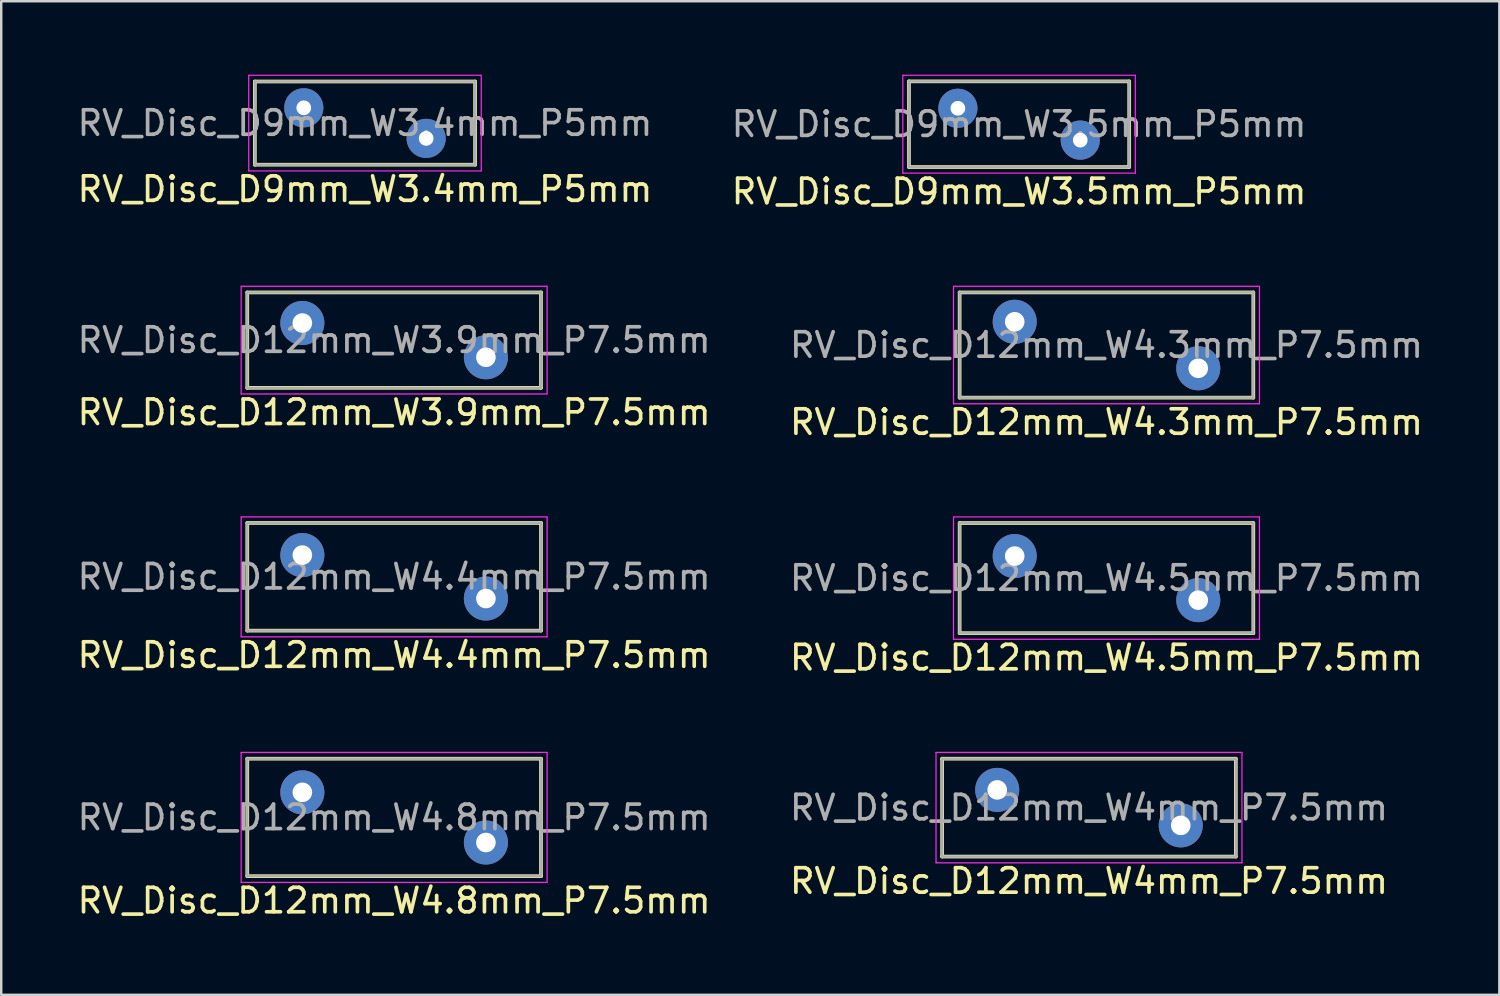
<source format=kicad_pcb>
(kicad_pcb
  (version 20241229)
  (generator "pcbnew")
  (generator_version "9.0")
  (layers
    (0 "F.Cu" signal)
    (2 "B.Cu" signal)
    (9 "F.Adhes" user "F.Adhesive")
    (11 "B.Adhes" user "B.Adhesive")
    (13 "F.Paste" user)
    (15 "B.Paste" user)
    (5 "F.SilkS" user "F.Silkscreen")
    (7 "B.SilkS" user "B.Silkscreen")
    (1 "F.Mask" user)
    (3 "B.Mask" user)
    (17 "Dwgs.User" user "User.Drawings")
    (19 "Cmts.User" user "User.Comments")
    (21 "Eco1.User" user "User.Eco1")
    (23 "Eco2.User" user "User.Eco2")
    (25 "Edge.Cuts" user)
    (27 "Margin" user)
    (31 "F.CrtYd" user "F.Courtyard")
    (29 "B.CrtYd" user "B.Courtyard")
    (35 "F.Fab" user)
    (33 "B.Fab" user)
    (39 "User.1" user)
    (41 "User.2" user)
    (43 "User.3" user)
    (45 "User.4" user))
  (footprint "RV_Disc_D12mm_W4.5mm_P7.5mm"
    (layer "F.Cu")
    (at 38.411 19.672)
    (property "Reference" "RV_Disc_D12mm_W4.5mm_P7.5mm" (at 3.75 4.15 0) (layer "F.SilkS") (effects (font (size 1 1) (thickness 0.15))))
    (attr through_hole)
    (fp_line (start -2.25 -1.35) (end -2.25 3.15) (stroke (width 0.15) (type solid)) (layer "F.SilkS"))
    (fp_line (start -2.25 -1.35) (end 9.75 -1.35) (stroke (width 0.15) (type solid)) (layer "F.SilkS"))
    (fp_line (start -2.25 3.15) (end 9.75 3.15) (stroke (width 0.15) (type solid)) (layer "F.SilkS"))
    (fp_line (start 9.75 -1.35) (end 9.75 3.15) (stroke (width 0.15) (type solid)) (layer "F.SilkS"))
    (fp_line (start -2.5 -1.6) (end -2.5 3.4) (stroke (width 0.05) (type solid)) (layer "F.CrtYd"))
    (fp_line (start -2.5 -1.6) (end 10 -1.6) (stroke (width 0.05) (type solid)) (layer "F.CrtYd"))
    (fp_line (start -2.5 3.4) (end 10 3.4) (stroke (width 0.05) (type solid)) (layer "F.CrtYd"))
    (fp_line (start 10 -1.6) (end 10 3.4) (stroke (width 0.05) (type solid)) (layer "F.CrtYd"))
    (fp_line (start -2.25 -1.35) (end -2.25 3.15) (stroke (width 0.1) (type solid)) (layer "F.Fab"))
    (fp_line (start -2.25 -1.35) (end 9.75 -1.35) (stroke (width 0.1) (type solid)) (layer "F.Fab"))
    (fp_line (start -2.25 3.15) (end 9.75 3.15) (stroke (width 0.1) (type solid)) (layer "F.Fab"))
    (fp_line (start 9.75 -1.35) (end 9.75 3.15) (stroke (width 0.1) (type solid)) (layer "F.Fab"))
    (fp_text user "${REFERENCE}" (at 3.75 0.9 0) (layer "F.Fab") (effects (font (size 1 1) (thickness 0.15))))
    (pad "1" thru_hole circle (at 0 0) (size 1.8 1.8) (drill 0.8) (layers "*.Cu" "*.Mask"))
    (pad "2" thru_hole circle (at 7.5 1.8) (size 1.8 1.8) (drill 0.8) (layers "*.Cu" "*.Mask")))
  (footprint "RV_Disc_D12mm_W4mm_P7.5mm"
    (layer "F.Cu")
    (at 37.696 29.225)
    (property "Reference" "RV_Disc_D12mm_W4mm_P7.5mm" (at 3.75 3.725 0) (layer "F.SilkS") (effects (font (size 1 1) (thickness 0.15))))
    (attr through_hole)
    (fp_line (start -2.25 -1.275) (end -2.25 2.725) (stroke (width 0.15) (type solid)) (layer "F.SilkS"))
    (fp_line (start -2.25 -1.275) (end 9.75 -1.275) (stroke (width 0.15) (type solid)) (layer "F.SilkS"))
    (fp_line (start -2.25 2.725) (end 9.75 2.725) (stroke (width 0.15) (type solid)) (layer "F.SilkS"))
    (fp_line (start 9.75 -1.275) (end 9.75 2.725) (stroke (width 0.15) (type solid)) (layer "F.SilkS"))
    (fp_line (start -2.5 -1.53) (end -2.5 2.98) (stroke (width 0.05) (type solid)) (layer "F.CrtYd"))
    (fp_line (start -2.5 -1.53) (end 10 -1.53) (stroke (width 0.05) (type solid)) (layer "F.CrtYd"))
    (fp_line (start -2.5 2.98) (end 10 2.98) (stroke (width 0.05) (type solid)) (layer "F.CrtYd"))
    (fp_line (start 10 -1.53) (end 10 2.98) (stroke (width 0.05) (type solid)) (layer "F.CrtYd"))
    (fp_line (start -2.25 -1.275) (end -2.25 2.725) (stroke (width 0.1) (type solid)) (layer "F.Fab"))
    (fp_line (start -2.25 -1.275) (end 9.75 -1.275) (stroke (width 0.1) (type solid)) (layer "F.Fab"))
    (fp_line (start -2.25 2.725) (end 9.75 2.725) (stroke (width 0.1) (type solid)) (layer "F.Fab"))
    (fp_line (start 9.75 -1.275) (end 9.75 2.725) (stroke (width 0.1) (type solid)) (layer "F.Fab"))
    (fp_text user "${REFERENCE}" (at 3.75 0.725 0) (layer "F.Fab") (effects (font (size 1 1) (thickness 0.15))))
    (pad "1" thru_hole circle (at 0 0) (size 1.8 1.8) (drill 0.8) (layers "*.Cu" "*.Mask"))
    (pad "2" thru_hole circle (at 7.5 1.45) (size 1.8 1.8) (drill 0.8) (layers "*.Cu" "*.Mask")))
  (footprint "RV_Disc_D9mm_W3.4mm_P5mm"
    (layer "F.Cu")
    (at 9.363 1.355)
    (property "Reference" "RV_Disc_D9mm_W3.4mm_P5mm" (at 2.5 3.325 0) (layer "F.SilkS") (effects (font (size 1 1) (thickness 0.15))))
    (attr through_hole)
    (fp_line (start -2 -1.075) (end -2 2.325) (stroke (width 0.15) (type solid)) (layer "F.SilkS"))
    (fp_line (start -2 -1.075) (end 7 -1.075) (stroke (width 0.15) (type solid)) (layer "F.SilkS"))
    (fp_line (start -2 2.325) (end 7 2.325) (stroke (width 0.15) (type solid)) (layer "F.SilkS"))
    (fp_line (start 7 -1.075) (end 7 2.325) (stroke (width 0.15) (type solid)) (layer "F.SilkS"))
    (fp_line (start -2.25 -1.33) (end -2.25 2.58) (stroke (width 0.05) (type solid)) (layer "F.CrtYd"))
    (fp_line (start -2.25 -1.33) (end 7.25 -1.33) (stroke (width 0.05) (type solid)) (layer "F.CrtYd"))
    (fp_line (start -2.25 2.58) (end 7.25 2.58) (stroke (width 0.05) (type solid)) (layer "F.CrtYd"))
    (fp_line (start 7.25 -1.33) (end 7.25 2.58) (stroke (width 0.05) (type solid)) (layer "F.CrtYd"))
    (fp_line (start -2 -1.075) (end -2 2.325) (stroke (width 0.1) (type solid)) (layer "F.Fab"))
    (fp_line (start -2 -1.075) (end 7 -1.075) (stroke (width 0.1) (type solid)) (layer "F.Fab"))
    (fp_line (start -2 2.325) (end 7 2.325) (stroke (width 0.1) (type solid)) (layer "F.Fab"))
    (fp_line (start 7 -1.075) (end 7 2.325) (stroke (width 0.1) (type solid)) (layer "F.Fab"))
    (fp_text user "${REFERENCE}" (at 2.5 0.625 0) (layer "F.Fab") (effects (font (size 1 1) (thickness 0.15))))
    (pad "1" thru_hole circle (at 0 0) (size 1.6 1.6) (drill 0.6) (layers "*.Cu" "*.Mask"))
    (pad "2" thru_hole circle (at 5 1.25) (size 1.6 1.6) (drill 0.6) (layers "*.Cu" "*.Mask")))
  (footprint "RV_Disc_D12mm_W4.4mm_P7.5mm"
    (layer "F.Cu")
    (at 9.304 19.631)
    (property "Reference" "RV_Disc_D12mm_W4.4mm_P7.5mm" (at 3.75 4.088 0) (layer "F.SilkS") (effects (font (size 1 1) (thickness 0.15))))
    (attr through_hole)
    (fp_line (start -2.25 -1.312) (end -2.25 3.087) (stroke (width 0.15) (type solid)) (layer "F.SilkS"))
    (fp_line (start -2.25 -1.312) (end 9.75 -1.312) (stroke (width 0.15) (type solid)) (layer "F.SilkS"))
    (fp_line (start -2.25 3.087) (end 9.75 3.087) (stroke (width 0.15) (type solid)) (layer "F.SilkS"))
    (fp_line (start 9.75 -1.312) (end 9.75 3.087) (stroke (width 0.15) (type solid)) (layer "F.SilkS"))
    (fp_line (start -2.5 -1.56) (end -2.5 3.34) (stroke (width 0.05) (type solid)) (layer "F.CrtYd"))
    (fp_line (start -2.5 -1.56) (end 10 -1.56) (stroke (width 0.05) (type solid)) (layer "F.CrtYd"))
    (fp_line (start -2.5 3.34) (end 10 3.34) (stroke (width 0.05) (type solid)) (layer "F.CrtYd"))
    (fp_line (start 10 -1.56) (end 10 3.34) (stroke (width 0.05) (type solid)) (layer "F.CrtYd"))
    (fp_line (start -2.25 -1.312) (end -2.25 3.087) (stroke (width 0.1) (type solid)) (layer "F.Fab"))
    (fp_line (start -2.25 -1.312) (end 9.75 -1.312) (stroke (width 0.1) (type solid)) (layer "F.Fab"))
    (fp_line (start -2.25 3.087) (end 9.75 3.087) (stroke (width 0.1) (type solid)) (layer "F.Fab"))
    (fp_line (start 9.75 -1.312) (end 9.75 3.087) (stroke (width 0.1) (type solid)) (layer "F.Fab"))
    (fp_text user "${REFERENCE}" (at 3.75 0.887 0) (layer "F.Fab") (effects (font (size 1 1) (thickness 0.15))))
    (pad "1" thru_hole circle (at 0 0) (size 1.8 1.8) (drill 0.8) (layers "*.Cu" "*.Mask"))
    (pad "2" thru_hole circle (at 7.5 1.775) (size 1.8 1.8) (drill 0.8) (layers "*.Cu" "*.Mask")))
  (footprint "RV_Disc_D12mm_W3.9mm_P7.5mm"
    (layer "F.Cu")
    (at 9.304 10.148)
    (property "Reference" "RV_Disc_D12mm_W3.9mm_P7.5mm" (at 3.75 3.65 0) (layer "F.SilkS") (effects (font (size 1 1) (thickness 0.15))))
    (attr through_hole)
    (fp_line (start -2.25 -1.25) (end -2.25 2.65) (stroke (width 0.15) (type solid)) (layer "F.SilkS"))
    (fp_line (start -2.25 -1.25) (end 9.75 -1.25) (stroke (width 0.15) (type solid)) (layer "F.SilkS"))
    (fp_line (start -2.25 2.65) (end 9.75 2.65) (stroke (width 0.15) (type solid)) (layer "F.SilkS"))
    (fp_line (start 9.75 -1.25) (end 9.75 2.65) (stroke (width 0.15) (type solid)) (layer "F.SilkS"))
    (fp_line (start -2.5 -1.5) (end -2.5 2.9) (stroke (width 0.05) (type solid)) (layer "F.CrtYd"))
    (fp_line (start -2.5 -1.5) (end 10 -1.5) (stroke (width 0.05) (type solid)) (layer "F.CrtYd"))
    (fp_line (start -2.5 2.9) (end 10 2.9) (stroke (width 0.05) (type solid)) (layer "F.CrtYd"))
    (fp_line (start 10 -1.5) (end 10 2.9) (stroke (width 0.05) (type solid)) (layer "F.CrtYd"))
    (fp_line (start -2.25 -1.25) (end -2.25 2.65) (stroke (width 0.1) (type solid)) (layer "F.Fab"))
    (fp_line (start -2.25 -1.25) (end 9.75 -1.25) (stroke (width 0.1) (type solid)) (layer "F.Fab"))
    (fp_line (start -2.25 2.65) (end 9.75 2.65) (stroke (width 0.1) (type solid)) (layer "F.Fab"))
    (fp_line (start 9.75 -1.25) (end 9.75 2.65) (stroke (width 0.1) (type solid)) (layer "F.Fab"))
    (fp_text user "${REFERENCE}" (at 3.75 0.7 0) (layer "F.Fab") (effects (font (size 1 1) (thickness 0.15))))
    (pad "1" thru_hole circle (at 0 0) (size 1.8 1.8) (drill 0.8) (layers "*.Cu" "*.Mask"))
    (pad "2" thru_hole circle (at 7.5 1.4) (size 1.8 1.8) (drill 0.8) (layers "*.Cu" "*.Mask")))
  (footprint "RV_Disc_D9mm_W3.5mm_P5mm"
    (layer "F.Cu")
    (at 36.089 1.375)
    (property "Reference" "RV_Disc_D9mm_W3.5mm_P5mm" (at 2.5 3.4 0) (layer "F.SilkS") (effects (font (size 1 1) (thickness 0.15))))
    (attr through_hole)
    (fp_line (start -2 -1.1) (end -2 2.4) (stroke (width 0.15) (type solid)) (layer "F.SilkS"))
    (fp_line (start -2 -1.1) (end 7 -1.1) (stroke (width 0.15) (type solid)) (layer "F.SilkS"))
    (fp_line (start -2 2.4) (end 7 2.4) (stroke (width 0.15) (type solid)) (layer "F.SilkS"))
    (fp_line (start 7 -1.1) (end 7 2.4) (stroke (width 0.15) (type solid)) (layer "F.SilkS"))
    (fp_line (start -2.25 -1.35) (end -2.25 2.65) (stroke (width 0.05) (type solid)) (layer "F.CrtYd"))
    (fp_line (start -2.25 -1.35) (end 7.25 -1.35) (stroke (width 0.05) (type solid)) (layer "F.CrtYd"))
    (fp_line (start -2.25 2.65) (end 7.25 2.65) (stroke (width 0.05) (type solid)) (layer "F.CrtYd"))
    (fp_line (start 7.25 -1.35) (end 7.25 2.65) (stroke (width 0.05) (type solid)) (layer "F.CrtYd"))
    (fp_line (start -2 -1.1) (end -2 2.4) (stroke (width 0.1) (type solid)) (layer "F.Fab"))
    (fp_line (start -2 -1.1) (end 7 -1.1) (stroke (width 0.1) (type solid)) (layer "F.Fab"))
    (fp_line (start -2 2.4) (end 7 2.4) (stroke (width 0.1) (type solid)) (layer "F.Fab"))
    (fp_line (start 7 -1.1) (end 7 2.4) (stroke (width 0.1) (type solid)) (layer "F.Fab"))
    (fp_text user "${REFERENCE}" (at 2.5 0.65 0) (layer "F.Fab") (effects (font (size 1 1) (thickness 0.15))))
    (pad "1" thru_hole circle (at 0 0) (size 1.6 1.6) (drill 0.6) (layers "*.Cu" "*.Mask"))
    (pad "2" thru_hole circle (at 5 1.3) (size 1.6 1.6) (drill 0.6) (layers "*.Cu" "*.Mask")))
  (footprint "RV_Disc_D12mm_W4.3mm_P7.5mm"
    (layer "F.Cu")
    (at 38.411 10.098)
    (property "Reference" "RV_Disc_D12mm_W4.3mm_P7.5mm" (at 3.75 4.1 0) (layer "F.SilkS") (effects (font (size 1 1) (thickness 0.15))))
    (attr through_hole)
    (fp_line (start -2.25 -1.2) (end -2.25 3.1) (stroke (width 0.15) (type solid)) (layer "F.SilkS"))
    (fp_line (start -2.25 -1.2) (end 9.75 -1.2) (stroke (width 0.15) (type solid)) (layer "F.SilkS"))
    (fp_line (start -2.25 3.1) (end 9.75 3.1) (stroke (width 0.15) (type solid)) (layer "F.SilkS"))
    (fp_line (start 9.75 -1.2) (end 9.75 3.1) (stroke (width 0.15) (type solid)) (layer "F.SilkS"))
    (fp_line (start -2.5 -1.45) (end -2.5 3.35) (stroke (width 0.05) (type solid)) (layer "F.CrtYd"))
    (fp_line (start -2.5 -1.45) (end 10 -1.45) (stroke (width 0.05) (type solid)) (layer "F.CrtYd"))
    (fp_line (start -2.5 3.35) (end 10 3.35) (stroke (width 0.05) (type solid)) (layer "F.CrtYd"))
    (fp_line (start 10 -1.45) (end 10 3.35) (stroke (width 0.05) (type solid)) (layer "F.CrtYd"))
    (fp_line (start -2.25 -1.2) (end -2.25 3.1) (stroke (width 0.1) (type solid)) (layer "F.Fab"))
    (fp_line (start -2.25 -1.2) (end 9.75 -1.2) (stroke (width 0.1) (type solid)) (layer "F.Fab"))
    (fp_line (start -2.25 3.1) (end 9.75 3.1) (stroke (width 0.1) (type solid)) (layer "F.Fab"))
    (fp_line (start 9.75 -1.2) (end 9.75 3.1) (stroke (width 0.1) (type solid)) (layer "F.Fab"))
    (fp_text user "${REFERENCE}" (at 3.75 0.95 0) (layer "F.Fab") (effects (font (size 1 1) (thickness 0.15))))
    (pad "1" thru_hole circle (at 0 0) (size 1.8 1.8) (drill 0.8) (layers "*.Cu" "*.Mask"))
    (pad "2" thru_hole circle (at 7.5 1.9) (size 1.8 1.8) (drill 0.8) (layers "*.Cu" "*.Mask")))
  (footprint "RV_Disc_D12mm_W4.8mm_P7.5mm"
    (layer "F.Cu")
    (at 9.304 29.325)
    (property "Reference" "RV_Disc_D12mm_W4.8mm_P7.5mm" (at 3.75 4.425 0) (layer "F.SilkS") (effects (font (size 1 1) (thickness 0.15))))
    (attr through_hole)
    (fp_line (start -2.25 -1.375) (end -2.25 3.425) (stroke (width 0.15) (type solid)) (layer "F.SilkS"))
    (fp_line (start -2.25 -1.375) (end 9.75 -1.375) (stroke (width 0.15) (type solid)) (layer "F.SilkS"))
    (fp_line (start -2.25 3.425) (end 9.75 3.425) (stroke (width 0.15) (type solid)) (layer "F.SilkS"))
    (fp_line (start 9.75 -1.375) (end 9.75 3.425) (stroke (width 0.15) (type solid)) (layer "F.SilkS"))
    (fp_line (start -2.5 -1.63) (end -2.5 3.68) (stroke (width 0.05) (type solid)) (layer "F.CrtYd"))
    (fp_line (start -2.5 -1.63) (end 10 -1.63) (stroke (width 0.05) (type solid)) (layer "F.CrtYd"))
    (fp_line (start -2.5 3.68) (end 10 3.68) (stroke (width 0.05) (type solid)) (layer "F.CrtYd"))
    (fp_line (start 10 -1.63) (end 10 3.68) (stroke (width 0.05) (type solid)) (layer "F.CrtYd"))
    (fp_line (start -2.25 -1.375) (end -2.25 3.425) (stroke (width 0.1) (type solid)) (layer "F.Fab"))
    (fp_line (start -2.25 -1.375) (end 9.75 -1.375) (stroke (width 0.1) (type solid)) (layer "F.Fab"))
    (fp_line (start -2.25 3.425) (end 9.75 3.425) (stroke (width 0.1) (type solid)) (layer "F.Fab"))
    (fp_line (start 9.75 -1.375) (end 9.75 3.425) (stroke (width 0.1) (type solid)) (layer "F.Fab"))
    (fp_text user "${REFERENCE}" (at 3.75 1.025 0) (layer "F.Fab") (effects (font (size 1 1) (thickness 0.15))))
    (pad "1" thru_hole circle (at 0 0) (size 1.8 1.8) (drill 0.8) (layers "*.Cu" "*.Mask"))
    (pad "2" thru_hole circle (at 7.5 2.05) (size 1.8 1.8) (drill 0.8) (layers "*.Cu" "*.Mask")))
  (gr_rect
    (start -3 -3)
    (end 58.214 37.598)
    (stroke (width 0.1) (type default))
    (fill no)
    (layer "Edge.Cuts")))
</source>
